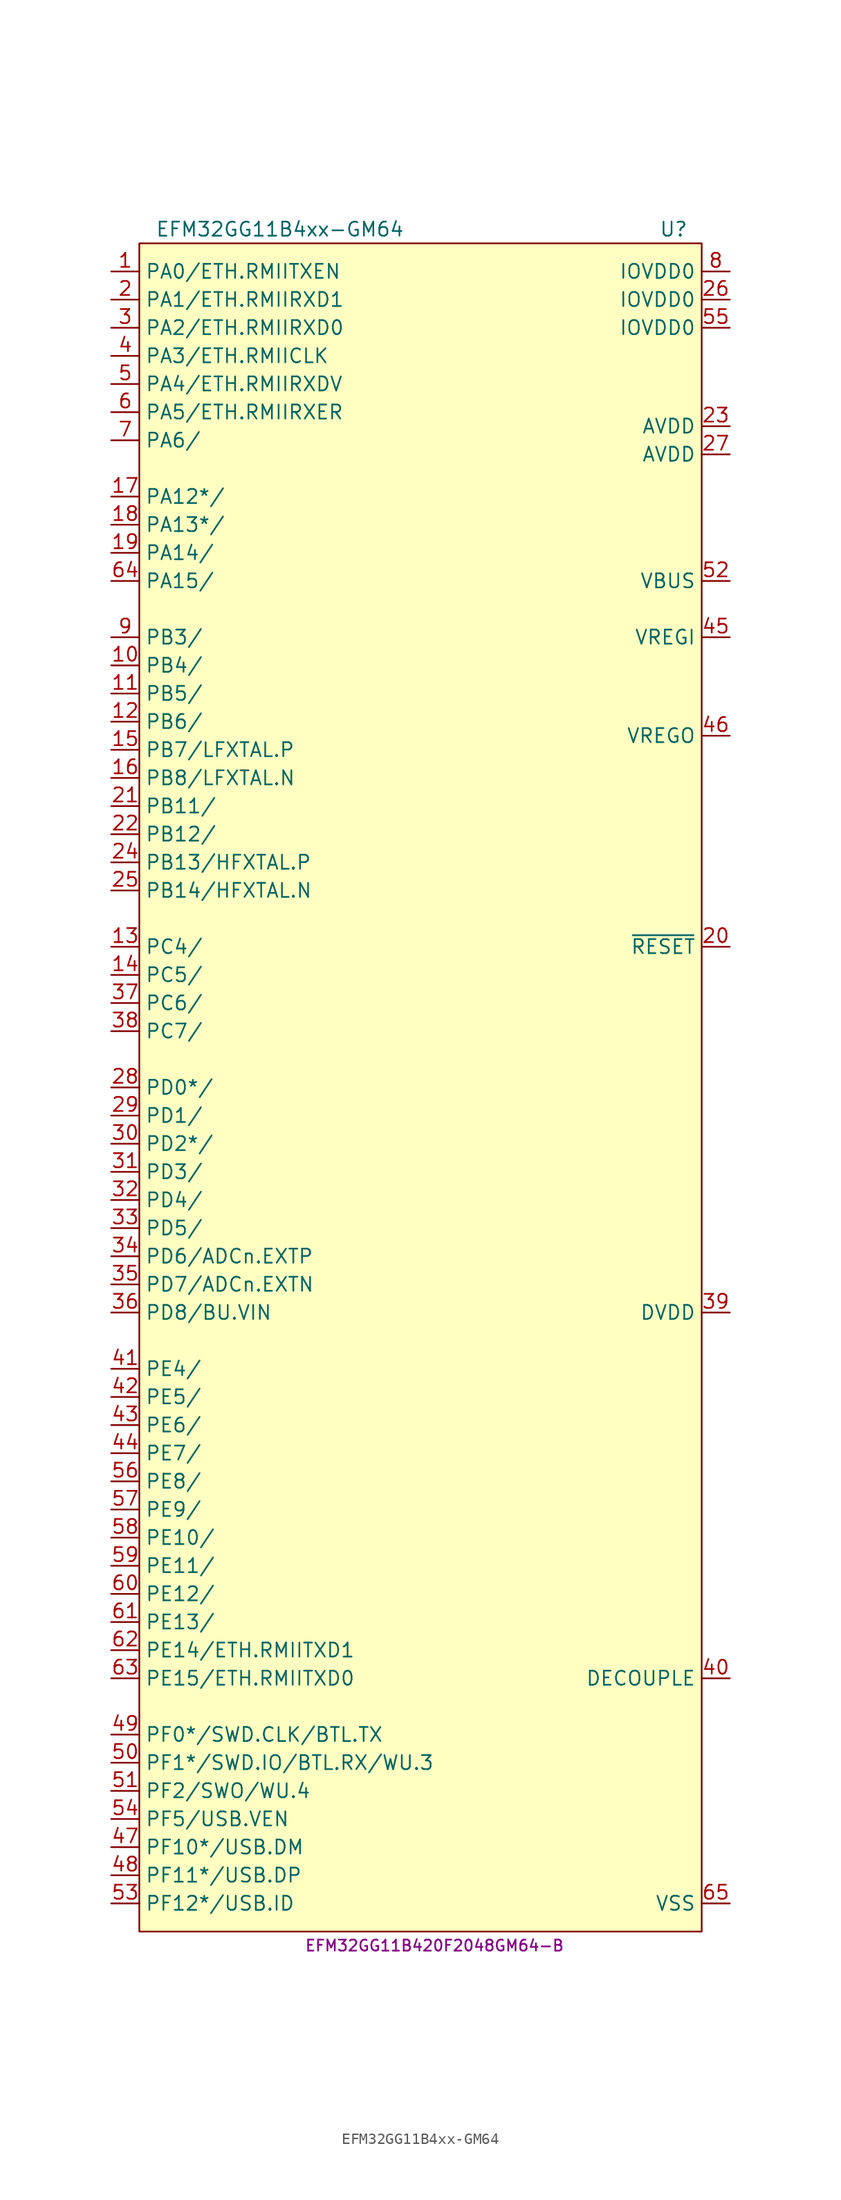
<source format=kicad_sym>
(kicad_symbol_lib
  (version 20231120)
  (generator "kicad_symbol_editor")
  (generator_version "8.0")
  (symbol "EFM32GG11B4xx-GM64"
    (property "Reference" "U"
      (at 21.59 74.93 0)
      (effects (font (size 1.27 1.27))))
    (property "Value" "EFM32GG11B4xx-GM64"
      (at -13.97 74.93 0)
      (effects (font (size 1.27 1.27))))
    (property "MPN" "EFM32GG11B420F2048GM64-B"
      (at 0 -80.01 0)
      (effects (font (size 0.991 0.991))))
    (symbol "EFM32GG11B4xx-GM64_0_1"
      (rectangle (start -26.67 73.66) (end 24.13 -78.74) (stroke (width 0) (type default)) (fill (type background))))
    (symbol "EFM32GG11B4xx-GM64_1_1"
      (pin bidirectional line (at -29.21 71.12 0) (length 2.54) (name "PA0/ETH.RMIITXEN" (effects (font (size 1.27 1.27)))) (number "1" (effects (font (size 1.27 1.27)))))
      (pin bidirectional line (at -29.21 35.56 0) (length 2.54) (name "PB4/" (effects (font (size 1.27 1.27)))) (number "10" (effects (font (size 1.27 1.27)))))
      (pin bidirectional line (at -29.21 33.02 0) (length 2.54) (name "PB5/" (effects (font (size 1.27 1.27)))) (number "11" (effects (font (size 1.27 1.27)))))
      (pin bidirectional line (at -29.21 30.48 0) (length 2.54) (name "PB6/" (effects (font (size 1.27 1.27)))) (number "12" (effects (font (size 1.27 1.27)))))
      (pin bidirectional line (at -29.21 10.16 0) (length 2.54) (name "PC4/" (effects (font (size 1.27 1.27)))) (number "13" (effects (font (size 1.27 1.27)))))
      (pin bidirectional line (at -29.21 7.62 0) (length 2.54) (name "PC5/" (effects (font (size 1.27 1.27)))) (number "14" (effects (font (size 1.27 1.27)))))
      (pin bidirectional line (at -29.21 27.94 0) (length 2.54) (name "PB7/LFXTAL.P" (effects (font (size 1.27 1.27)))) (number "15" (effects (font (size 1.27 1.27)))))
      (pin bidirectional line (at -29.21 25.4 0) (length 2.54) (name "PB8/LFXTAL.N" (effects (font (size 1.27 1.27)))) (number "16" (effects (font (size 1.27 1.27)))))
      (pin bidirectional line (at -29.21 50.8 0) (length 2.54) (name "PA12*/" (effects (font (size 1.27 1.27)))) (number "17" (effects (font (size 1.27 1.27)))))
      (pin bidirectional line (at -29.21 48.26 0) (length 2.54) (name "PA13*/" (effects (font (size 1.27 1.27)))) (number "18" (effects (font (size 1.27 1.27)))))
      (pin bidirectional line (at -29.21 45.72 0) (length 2.54) (name "PA14/" (effects (font (size 1.27 1.27)))) (number "19" (effects (font (size 1.27 1.27)))))
      (pin bidirectional line (at -29.21 68.58 0) (length 2.54) (name "PA1/ETH.RMIIRXD1" (effects (font (size 1.27 1.27)))) (number "2" (effects (font (size 1.27 1.27)))))
      (pin input line (at 26.67 10.16 180) (length 2.54) (name "~{RESET}" (effects (font (size 1.27 1.27)))) (number "20" (effects (font (size 1.27 1.27)))))
      (pin bidirectional line (at -29.21 22.86 0) (length 2.54) (name "PB11/" (effects (font (size 1.27 1.27)))) (number "21" (effects (font (size 1.27 1.27)))))
      (pin bidirectional line (at -29.21 20.32 0) (length 2.54) (name "PB12/" (effects (font (size 1.27 1.27)))) (number "22" (effects (font (size 1.27 1.27)))))
      (pin power_in line (at 26.67 57.15 180) (length 2.54) (name "AVDD" (effects (font (size 1.27 1.27)))) (number "23" (effects (font (size 1.27 1.27)))))
      (pin bidirectional line (at -29.21 17.78 0) (length 2.54) (name "PB13/HFXTAL.P" (effects (font (size 1.27 1.27)))) (number "24" (effects (font (size 1.27 1.27)))))
      (pin bidirectional line (at -29.21 15.24 0) (length 2.54) (name "PB14/HFXTAL.N" (effects (font (size 1.27 1.27)))) (number "25" (effects (font (size 1.27 1.27)))))
      (pin power_in line (at 26.67 68.58 180) (length 2.54) (name "IOVDD0" (effects (font (size 1.27 1.27)))) (number "26" (effects (font (size 1.27 1.27)))))
      (pin power_in line (at 26.67 54.61 180) (length 2.54) (name "AVDD" (effects (font (size 1.27 1.27)))) (number "27" (effects (font (size 1.27 1.27)))))
      (pin bidirectional line (at -29.21 -2.54 0) (length 2.54) (name "PD0*/" (effects (font (size 1.27 1.27)))) (number "28" (effects (font (size 1.27 1.27)))))
      (pin bidirectional line (at -29.21 -5.08 0) (length 2.54) (name "PD1/" (effects (font (size 1.27 1.27)))) (number "29" (effects (font (size 1.27 1.27)))))
      (pin bidirectional line (at -29.21 66.04 0) (length 2.54) (name "PA2/ETH.RMIIRXD0" (effects (font (size 1.27 1.27)))) (number "3" (effects (font (size 1.27 1.27)))))
      (pin bidirectional line (at -29.21 -7.62 0) (length 2.54) (name "PD2*/" (effects (font (size 1.27 1.27)))) (number "30" (effects (font (size 1.27 1.27)))))
      (pin bidirectional line (at -29.21 -10.16 0) (length 2.54) (name "PD3/" (effects (font (size 1.27 1.27)))) (number "31" (effects (font (size 1.27 1.27)))))
      (pin bidirectional line (at -29.21 -12.7 0) (length 2.54) (name "PD4/" (effects (font (size 1.27 1.27)))) (number "32" (effects (font (size 1.27 1.27)))))
      (pin bidirectional line (at -29.21 -15.24 0) (length 2.54) (name "PD5/" (effects (font (size 1.27 1.27)))) (number "33" (effects (font (size 1.27 1.27)))))
      (pin bidirectional line (at -29.21 -17.78 0) (length 2.54) (name "PD6/ADCn.EXTP" (effects (font (size 1.27 1.27)))) (number "34" (effects (font (size 1.27 1.27)))))
      (pin bidirectional line (at -29.21 -20.32 0) (length 2.54) (name "PD7/ADCn.EXTN" (effects (font (size 1.27 1.27)))) (number "35" (effects (font (size 1.27 1.27)))))
      (pin bidirectional line (at -29.21 -22.86 0) (length 2.54) (name "PD8/BU.VIN" (effects (font (size 1.27 1.27)))) (number "36" (effects (font (size 1.27 1.27)))))
      (pin bidirectional line (at -29.21 5.08 0) (length 2.54) (name "PC6/" (effects (font (size 1.27 1.27)))) (number "37" (effects (font (size 1.27 1.27)))))
      (pin bidirectional line (at -29.21 2.54 0) (length 2.54) (name "PC7/" (effects (font (size 1.27 1.27)))) (number "38" (effects (font (size 1.27 1.27)))))
      (pin power_in line (at 26.67 -22.86 180) (length 2.54) (name "DVDD" (effects (font (size 1.27 1.27)))) (number "39" (effects (font (size 1.27 1.27)))))
      (pin bidirectional line (at -29.21 63.5 0) (length 2.54) (name "PA3/ETH.RMIICLK" (effects (font (size 1.27 1.27)))) (number "4" (effects (font (size 1.27 1.27)))))
      (pin passive line (at 26.67 -55.88 180) (length 2.54) (name "DECOUPLE" (effects (font (size 1.27 1.27)))) (number "40" (effects (font (size 1.27 1.27)))))
      (pin bidirectional line (at -29.21 -27.94 0) (length 2.54) (name "PE4/" (effects (font (size 1.27 1.27)))) (number "41" (effects (font (size 1.27 1.27)))))
      (pin bidirectional line (at -29.21 -30.48 0) (length 2.54) (name "PE5/" (effects (font (size 1.27 1.27)))) (number "42" (effects (font (size 1.27 1.27)))))
      (pin bidirectional line (at -29.21 -33.02 0) (length 2.54) (name "PE6/" (effects (font (size 1.27 1.27)))) (number "43" (effects (font (size 1.27 1.27)))))
      (pin bidirectional line (at -29.21 -35.56 0) (length 2.54) (name "PE7/" (effects (font (size 1.27 1.27)))) (number "44" (effects (font (size 1.27 1.27)))))
      (pin power_in line (at 26.67 38.1 180) (length 2.54) (name "VREGI" (effects (font (size 1.27 1.27)))) (number "45" (effects (font (size 1.27 1.27)))))
      (pin power_out line (at 26.67 29.21 180) (length 2.54) (name "VREGO" (effects (font (size 1.27 1.27)))) (number "46" (effects (font (size 1.27 1.27)))))
      (pin bidirectional line (at -29.21 -71.12 0) (length 2.54) (name "PF10*/USB.DM" (effects (font (size 1.27 1.27)))) (number "47" (effects (font (size 1.27 1.27)))))
      (pin bidirectional line (at -29.21 -73.66 0) (length 2.54) (name "PF11*/USB.DP" (effects (font (size 1.27 1.27)))) (number "48" (effects (font (size 1.27 1.27)))))
      (pin bidirectional line (at -29.21 -60.96 0) (length 2.54) (name "PF0*/SWD.CLK/BTL.TX" (effects (font (size 1.27 1.27)))) (number "49" (effects (font (size 1.27 1.27)))))
      (pin bidirectional line (at -29.21 60.96 0) (length 2.54) (name "PA4/ETH.RMIIRXDV" (effects (font (size 1.27 1.27)))) (number "5" (effects (font (size 1.27 1.27)))))
      (pin bidirectional line (at -29.21 -63.5 0) (length 2.54) (name "PF1*/SWD.IO/BTL.RX/WU.3" (effects (font (size 1.27 1.27)))) (number "50" (effects (font (size 1.27 1.27)))))
      (pin bidirectional line (at -29.21 -66.04 0) (length 2.54) (name "PF2/SWO/WU.4" (effects (font (size 1.27 1.27)))) (number "51" (effects (font (size 1.27 1.27)))))
      (pin passive line (at 26.67 43.18 180) (length 2.54) (name "VBUS" (effects (font (size 1.27 1.27)))) (number "52" (effects (font (size 1.27 1.27)))))
      (pin bidirectional line (at -29.21 -76.2 0) (length 2.54) (name "PF12*/USB.ID" (effects (font (size 1.27 1.27)))) (number "53" (effects (font (size 1.27 1.27)))))
      (pin bidirectional line (at -29.21 -68.58 0) (length 2.54) (name "PF5/USB.VEN" (effects (font (size 1.27 1.27)))) (number "54" (effects (font (size 1.27 1.27)))))
      (pin power_in line (at 26.67 66.04 180) (length 2.54) (name "IOVDD0" (effects (font (size 1.27 1.27)))) (number "55" (effects (font (size 1.27 1.27)))))
      (pin bidirectional line (at -29.21 -38.1 0) (length 2.54) (name "PE8/" (effects (font (size 1.27 1.27)))) (number "56" (effects (font (size 1.27 1.27)))))
      (pin bidirectional line (at -29.21 -40.64 0) (length 2.54) (name "PE9/" (effects (font (size 1.27 1.27)))) (number "57" (effects (font (size 1.27 1.27)))))
      (pin bidirectional line (at -29.21 -43.18 0) (length 2.54) (name "PE10/" (effects (font (size 1.27 1.27)))) (number "58" (effects (font (size 1.27 1.27)))))
      (pin bidirectional line (at -29.21 -45.72 0) (length 2.54) (name "PE11/" (effects (font (size 1.27 1.27)))) (number "59" (effects (font (size 1.27 1.27)))))
      (pin bidirectional line (at -29.21 58.42 0) (length 2.54) (name "PA5/ETH.RMIIRXER" (effects (font (size 1.27 1.27)))) (number "6" (effects (font (size 1.27 1.27)))))
      (pin bidirectional line (at -29.21 -48.26 0) (length 2.54) (name "PE12/" (effects (font (size 1.27 1.27)))) (number "60" (effects (font (size 1.27 1.27)))))
      (pin bidirectional line (at -29.21 -50.8 0) (length 2.54) (name "PE13/" (effects (font (size 1.27 1.27)))) (number "61" (effects (font (size 1.27 1.27)))))
      (pin bidirectional line (at -29.21 -53.34 0) (length 2.54) (name "PE14/ETH.RMIITXD1" (effects (font (size 1.27 1.27)))) (number "62" (effects (font (size 1.27 1.27)))))
      (pin bidirectional line (at -29.21 -55.88 0) (length 2.54) (name "PE15/ETH.RMIITXD0" (effects (font (size 1.27 1.27)))) (number "63" (effects (font (size 1.27 1.27)))))
      (pin bidirectional line (at -29.21 43.18 0) (length 2.54) (name "PA15/" (effects (font (size 1.27 1.27)))) (number "64" (effects (font (size 1.27 1.27)))))
      (pin power_in line (at 26.67 -76.2 180) (length 2.54) (name "VSS" (effects (font (size 1.27 1.27)))) (number "65" (effects (font (size 1.27 1.27)))))
      (pin bidirectional line (at -29.21 55.88 0) (length 2.54) (name "PA6/" (effects (font (size 1.27 1.27)))) (number "7" (effects (font (size 1.27 1.27)))))
      (pin power_in line (at 26.67 71.12 180) (length 2.54) (name "IOVDD0" (effects (font (size 1.27 1.27)))) (number "8" (effects (font (size 1.27 1.27)))))
      (pin bidirectional line (at -29.21 38.1 0) (length 2.54) (name "PB3/" (effects (font (size 1.27 1.27)))) (number "9" (effects (font (size 1.27 1.27))))))))
</source>
